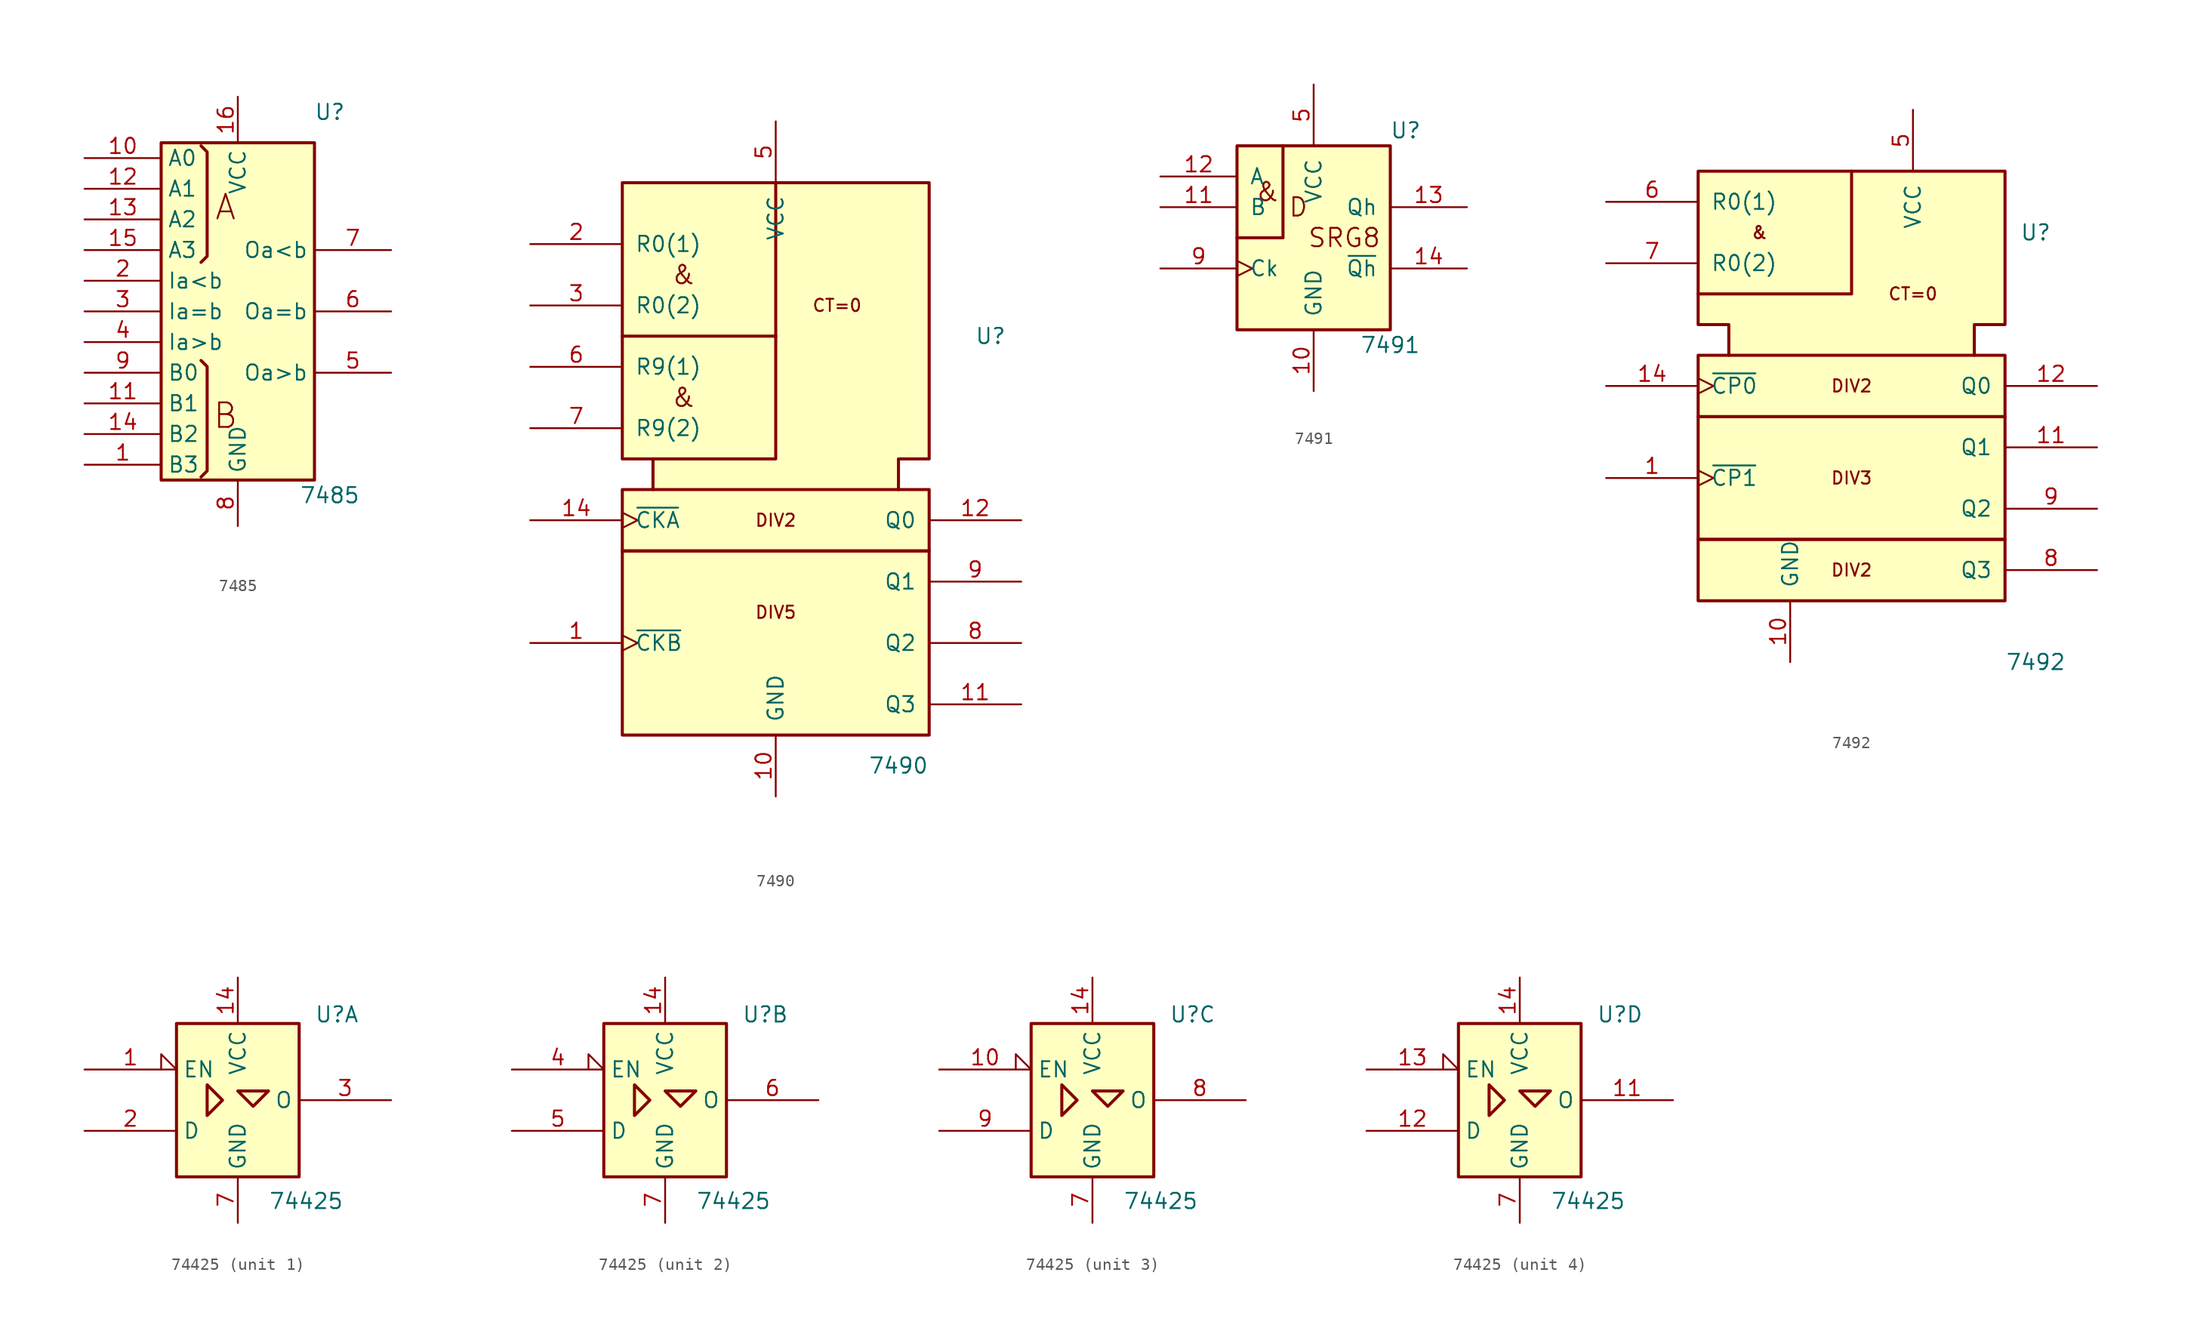
<source format=kicad_sym>
(kicad_symbol_lib
  (version 20241209)
  (generator "kicad_symbol_editor")
  (generator_version "9.0")
  (symbol "7485"
    (property "Reference" "U"
      (at 7.62 16.51 0)
      (effects (font (size 1.27 1.27))))
    (property "Value" "7485"
      (at 7.62 -15.24 0)
      (effects (font (size 1.27 1.27))))
    (symbol "7485_0_0"
      (rectangle (start -6.35 13.97) (end 6.35 -13.97) (stroke (width 0.254) (type default)) (fill (type background)))
      (polyline (pts (xy -3.048 13.716) (xy -2.54 13.208) (xy -2.54 4.572) (xy -3.048 4.064) (xy -3.048 4.064)) (stroke (width 0.254) (type default)) (fill (type background)))
      (polyline (pts (xy -3.048 -13.716) (xy -2.54 -13.208) (xy -2.54 -4.572) (xy -3.048 -4.064) (xy -3.048 -4.064)) (stroke (width 0.254) (type default)) (fill (type background)))
      (text "A" (at -1.016 8.636 0) (effects (font (size 2.032 2.032))))
      (text "B" (at -1.016 -8.636 0) (effects (font (size 2.032 2.032))))
      (pin power_in line (at 0 17.78 270) (length 3.81) (name "VCC" (effects (font (size 1.27 1.27)))) (number "16" (effects (font (size 1.27 1.27)))))
      (pin power_in line (at 0 -17.78 90) (length 3.81) (name "GND" (effects (font (size 1.27 1.27)))) (number "8" (effects (font (size 1.27 1.27))))))
    (symbol "7485_1_1"
      (pin input line (at -12.7 12.7 0) (length 6.35) (name "A0" (effects (font (size 1.27 1.27)))) (number "10" (effects (font (size 1.27 1.27)))))
      (pin input line (at -12.7 10.16 0) (length 6.35) (name "A1" (effects (font (size 1.27 1.27)))) (number "12" (effects (font (size 1.27 1.27)))))
      (pin input line (at -12.7 7.62 0) (length 6.35) (name "A2" (effects (font (size 1.27 1.27)))) (number "13" (effects (font (size 1.27 1.27)))))
      (pin input line (at -12.7 5.08 0) (length 6.35) (name "A3" (effects (font (size 1.27 1.27)))) (number "15" (effects (font (size 1.27 1.27)))))
      (pin input line (at -12.7 2.54 0) (length 6.35) (name "Ia<b" (effects (font (size 1.27 1.27)))) (number "2" (effects (font (size 1.27 1.27)))))
      (pin input line (at -12.7 0 0) (length 6.35) (name "Ia=b" (effects (font (size 1.27 1.27)))) (number "3" (effects (font (size 1.27 1.27)))))
      (pin input line (at -12.7 -2.54 0) (length 6.35) (name "Ia>b" (effects (font (size 1.27 1.27)))) (number "4" (effects (font (size 1.27 1.27)))))
      (pin input line (at -12.7 -5.08 0) (length 6.35) (name "B0" (effects (font (size 1.27 1.27)))) (number "9" (effects (font (size 1.27 1.27)))))
      (pin input line (at -12.7 -7.62 0) (length 6.35) (name "B1" (effects (font (size 1.27 1.27)))) (number "11" (effects (font (size 1.27 1.27)))))
      (pin input line (at -12.7 -10.16 0) (length 6.35) (name "B2" (effects (font (size 1.27 1.27)))) (number "14" (effects (font (size 1.27 1.27)))))
      (pin input line (at -12.7 -12.7 0) (length 6.35) (name "B3" (effects (font (size 1.27 1.27)))) (number "1" (effects (font (size 1.27 1.27)))))
      (pin output line (at 12.7 5.08 180) (length 6.35) (name "Oa<b" (effects (font (size 1.27 1.27)))) (number "7" (effects (font (size 1.27 1.27)))))
      (pin output line (at 12.7 0 180) (length 6.35) (name "Oa=b" (effects (font (size 1.27 1.27)))) (number "6" (effects (font (size 1.27 1.27)))))
      (pin output line (at 12.7 -5.08 180) (length 6.35) (name "Oa>b" (effects (font (size 1.27 1.27)))) (number "5" (effects (font (size 1.27 1.27)))))))
  (symbol "7490"
    (pin_names
      (offset 1.016))
    (property "Reference" "U"
      (at 17.78 30.48 0)
      (effects (font (size 1.27 1.27))))
    (property "Value" "7490"
      (at 10.16 -5.08 0)
      (effects (font (size 1.27 1.27))))
    (symbol "7490_0_0"
      (rectangle (start -12.7 17.78) (end 12.7 12.7) (stroke (width 0.254) (type default)) (fill (type background)))
      (rectangle (start -12.7 12.7) (end 12.7 -2.54) (stroke (width 0.254) (type default)) (fill (type background)))
      (polyline (pts (xy -10.16 17.78) (xy -10.16 20.32) (xy -12.7 20.32) (xy -12.7 43.18) (xy 12.7 43.18) (xy 12.7 20.32) (xy 10.16 20.32) (xy 10.16 17.78) (xy 10.16 17.78)) (stroke (width 0.254) (type default)) (fill (type background)))
      (polyline (pts (xy 0 43.18) (xy 0 30.48) (xy 0 30.48)) (stroke (width 0.254) (type default)) (fill (type background)))
      (polyline (pts (xy 0 30.48) (xy -12.7 30.48) (xy -12.7 30.48)) (stroke (width 0.254) (type default)) (fill (type background)))
      (polyline (pts (xy 0 30.48) (xy 0 20.32) (xy -10.16 20.32) (xy -10.16 20.32)) (stroke (width 0.254) (type default)) (fill (type background)))
      (text "&" (at -7.62 35.56 0) (effects (font (size 1.524 1.524))))
      (text "&" (at -7.62 25.4 0) (effects (font (size 1.524 1.524))))
      (text "DIV2" (at 0 15.24 0) (effects (font (size 1.016 1.016))))
      (text "DIV5" (at 0 7.62 0) (effects (font (size 1.016 1.016))))
      (text "CT=0" (at 5.08 33.02 0) (effects (font (size 1.016 1.016))))
      (pin power_in line (at 0 48.26 270) (length 5.08) (name "VCC" (effects (font (size 1.27 1.27)))) (number "5" (effects (font (size 1.27 1.27)))))
      (pin power_in line (at 0 -7.62 90) (length 5.08) (name "GND" (effects (font (size 1.27 1.27)))) (number "10" (effects (font (size 1.27 1.27))))))
    (symbol "7490_1_1"
      (pin input line (at -20.32 38.1 0) (length 7.62) (name "R0(1)" (effects (font (size 1.27 1.27)))) (number "2" (effects (font (size 1.27 1.27)))))
      (pin input line (at -20.32 33.02 0) (length 7.62) (name "R0(2)" (effects (font (size 1.27 1.27)))) (number "3" (effects (font (size 1.27 1.27)))))
      (pin input line (at -20.32 27.94 0) (length 7.62) (name "R9(1)" (effects (font (size 1.27 1.27)))) (number "6" (effects (font (size 1.27 1.27)))))
      (pin input line (at -20.32 22.86 0) (length 7.62) (name "R9(2)" (effects (font (size 1.27 1.27)))) (number "7" (effects (font (size 1.27 1.27)))))
      (pin input clock (at -20.32 15.24 0) (length 7.62) (name "~{CKA}" (effects (font (size 1.27 1.27)))) (number "14" (effects (font (size 1.27 1.27)))))
      (pin input clock (at -20.32 5.08 0) (length 7.62) (name "~{CKB}" (effects (font (size 1.27 1.27)))) (number "1" (effects (font (size 1.27 1.27)))))
      (pin output line (at 20.32 15.24 180) (length 7.62) (name "Q0" (effects (font (size 1.27 1.27)))) (number "12" (effects (font (size 1.27 1.27)))))
      (pin output line (at 20.32 10.16 180) (length 7.62) (name "Q1" (effects (font (size 1.27 1.27)))) (number "9" (effects (font (size 1.27 1.27)))))
      (pin output line (at 20.32 5.08 180) (length 7.62) (name "Q2" (effects (font (size 1.27 1.27)))) (number "8" (effects (font (size 1.27 1.27)))))
      (pin output line (at 20.32 0 180) (length 7.62) (name "Q3" (effects (font (size 1.27 1.27)))) (number "11" (effects (font (size 1.27 1.27)))))))
  (symbol "7491"
    (pin_names
      (offset 1.016))
    (property "Reference" "U"
      (at 7.62 8.89 0)
      (effects (font (size 1.27 1.27))))
    (property "Value" "7491"
      (at 6.35 -8.89 0)
      (effects (font (size 1.27 1.27))))
    (symbol "7491_0_0"
      (text "&" (at -3.81 3.81 0) (effects (font (size 1.524 1.524))))
      (text "D" (at -1.27 2.54 0) (effects (font (size 1.524 1.524))))
      (text "SRG8" (at 2.54 0 0) (effects (font (size 1.524 1.524))))
      (pin power_in line (at 0 12.7 270) (length 5.08) (name "VCC" (effects (font (size 1.27 1.27)))) (number "5" (effects (font (size 1.27 1.27)))))
      (pin power_in line (at 0 -12.7 90) (length 5.08) (name "GND" (effects (font (size 1.27 1.27)))) (number "10" (effects (font (size 1.27 1.27))))))
    (symbol "7491_0_1"
      (rectangle (start -6.35 7.62) (end 6.35 -7.62) (stroke (width 0.254) (type default)) (fill (type background)))
      (polyline (pts (xy -2.54 7.62) (xy -2.54 0) (xy -6.35 0) (xy -6.35 0)) (stroke (width 0.254) (type default)) (fill (type background))))
    (symbol "7491_1_1"
      (pin input line (at -12.7 5.08 0) (length 6.35) (name "A" (effects (font (size 1.27 1.27)))) (number "12" (effects (font (size 1.27 1.27)))))
      (pin input line (at -12.7 2.54 0) (length 6.35) (name "B" (effects (font (size 1.27 1.27)))) (number "11" (effects (font (size 1.27 1.27)))))
      (pin input clock (at -12.7 -2.54 0) (length 6.35) (name "Ck" (effects (font (size 1.27 1.27)))) (number "9" (effects (font (size 1.27 1.27)))))
      (pin output line (at 12.7 2.54 180) (length 6.35) (name "Qh" (effects (font (size 1.27 1.27)))) (number "13" (effects (font (size 1.27 1.27)))))
      (pin output line (at 12.7 -2.54 180) (length 6.35) (name "~{Qh}" (effects (font (size 1.27 1.27)))) (number "14" (effects (font (size 1.27 1.27)))))))
  (symbol "7492"
    (pin_names
      (offset 1.016))
    (property "Reference" "U"
      (at 15.24 12.7 0)
      (effects (font (size 1.27 1.27))))
    (property "Value" "7492"
      (at 15.24 -22.86 0)
      (effects (font (size 1.27 1.27))))
    (symbol "7492_0_0"
      (rectangle (start -12.7 2.54) (end 12.7 -2.54) (stroke (width 0.254) (type default)) (fill (type background)))
      (rectangle (start -12.7 -2.54) (end 12.7 -12.7) (stroke (width 0.254) (type default)) (fill (type background)))
      (rectangle (start -12.7 -12.7) (end 12.7 -17.78) (stroke (width 0.254) (type default)) (fill (type background)))
      (polyline (pts (xy -10.16 2.54) (xy -10.16 5.08) (xy -12.7 5.08) (xy -12.7 17.78) (xy 12.7 17.78) (xy 12.7 5.08) (xy 10.16 5.08) (xy 10.16 2.54) (xy 10.16 2.54)) (stroke (width 0.254) (type default)) (fill (type background)))
      (polyline (pts (xy 0 17.78) (xy 0 7.62) (xy -12.7 7.62) (xy -12.7 7.62)) (stroke (width 0.254) (type default)) (fill (type background)))
      (text "&" (at -7.62 12.7 0) (effects (font (size 1.016 1.016))))
      (text "DIV2" (at 0 0 0) (effects (font (size 1.016 1.016))))
      (text "DIV3" (at 0 -7.62 0) (effects (font (size 1.016 1.016))))
      (text "DIV2" (at 0 -15.24 0) (effects (font (size 1.016 1.016))))
      (text "CT=0" (at 5.08 7.62 0) (effects (font (size 1.016 1.016))))
      (pin power_in line (at -5.08 -22.86 90) (length 5.08) (name "GND" (effects (font (size 1.27 1.27)))) (number "10" (effects (font (size 1.27 1.27)))))
      (pin power_in line (at 5.08 22.86 270) (length 5.08) (name "VCC" (effects (font (size 1.27 1.27)))) (number "5" (effects (font (size 1.27 1.27))))))
    (symbol "7492_1_1"
      (pin input line (at -20.32 15.24 0) (length 7.62) (name "R0(1)" (effects (font (size 1.27 1.27)))) (number "6" (effects (font (size 1.27 1.27)))))
      (pin input line (at -20.32 10.16 0) (length 7.62) (name "R0(2)" (effects (font (size 1.27 1.27)))) (number "7" (effects (font (size 1.27 1.27)))))
      (pin input clock (at -20.32 0 0) (length 7.62) (name "~{CP0}" (effects (font (size 1.27 1.27)))) (number "14" (effects (font (size 1.27 1.27)))))
      (pin input clock (at -20.32 -7.62 0) (length 7.62) (name "~{CP1}" (effects (font (size 1.27 1.27)))) (number "1" (effects (font (size 1.27 1.27)))))
      (pin output line (at 20.32 0 180) (length 7.62) (name "Q0" (effects (font (size 1.27 1.27)))) (number "12" (effects (font (size 1.27 1.27)))))
      (pin output line (at 20.32 -5.08 180) (length 7.62) (name "Q1" (effects (font (size 1.27 1.27)))) (number "11" (effects (font (size 1.27 1.27)))))
      (pin output line (at 20.32 -10.16 180) (length 7.62) (name "Q2" (effects (font (size 1.27 1.27)))) (number "9" (effects (font (size 1.27 1.27)))))
      (pin output line (at 20.32 -15.24 180) (length 7.62) (name "Q3" (effects (font (size 1.27 1.27)))) (number "8" (effects (font (size 1.27 1.27)))))))
  (symbol "74425"
    (property "Reference" "U"
      (at 6.35 6.35 0)
      (effects (font (size 1.27 1.27)) (justify left bottom)))
    (property "Value" "74425"
      (at 2.54 -7.62 0)
      (effects (font (size 1.27 1.27)) (justify left top)))
    (symbol "74425_0_1"
      (rectangle (start -5.08 6.35) (end 5.08 -6.35) (stroke (width 0.254) (type default)) (fill (type background)))
      (polyline (pts (xy -2.54 1.27) (xy -2.54 -1.27) (xy -1.27 0) (xy -2.54 1.27) (xy -2.54 1.27)) (stroke (width 0.254) (type default)) (fill (type background)))
      (polyline (pts (xy 0 0.762) (xy 2.54 0.762) (xy 1.27 -0.508) (xy 0 0.762) (xy 0 0.762)) (stroke (width 0.254) (type default)) (fill (type background)))
      (pin power_in line (at 0 10.16 270) (length 3.81) (name "VCC" (effects (font (size 1.27 1.27)))) (number "14" (effects (font (size 1.27 1.27)))))
      (pin power_in line (at 0 -10.16 90) (length 3.81) (name "GND" (effects (font (size 1.27 1.27)))) (number "7" (effects (font (size 1.27 1.27))))))
    (symbol "74425_1_0"
      (pin input input_low (at -12.7 2.54 0) (length 7.62) (name "EN" (effects (font (size 1.27 1.27)))) (number "1" (effects (font (size 1.27 1.27))))))
    (symbol "74425_1_1"
      (pin input line (at -12.7 -2.54 0) (length 7.62) (name "D" (effects (font (size 1.27 1.27)))) (number "2" (effects (font (size 1.27 1.27)))))
      (pin tri_state line (at 12.7 0 180) (length 7.62) (name "O" (effects (font (size 1.27 1.27)))) (number "3" (effects (font (size 1.27 1.27))))))
    (symbol "74425_2_0"
      (pin input input_low (at -12.7 2.54 0) (length 7.62) (name "EN" (effects (font (size 1.27 1.27)))) (number "4" (effects (font (size 1.27 1.27))))))
    (symbol "74425_2_1"
      (pin input line (at -12.7 -2.54 0) (length 7.62) (name "D" (effects (font (size 1.27 1.27)))) (number "5" (effects (font (size 1.27 1.27)))))
      (pin tri_state line (at 12.7 0 180) (length 7.62) (name "O" (effects (font (size 1.27 1.27)))) (number "6" (effects (font (size 1.27 1.27))))))
    (symbol "74425_3_0"
      (pin input input_low (at -12.7 2.54 0) (length 7.62) (name "EN" (effects (font (size 1.27 1.27)))) (number "10" (effects (font (size 1.27 1.27))))))
    (symbol "74425_3_1"
      (pin input line (at -12.7 -2.54 0) (length 7.62) (name "D" (effects (font (size 1.27 1.27)))) (number "9" (effects (font (size 1.27 1.27)))))
      (pin tri_state line (at 12.7 0 180) (length 7.62) (name "O" (effects (font (size 1.27 1.27)))) (number "8" (effects (font (size 1.27 1.27))))))
    (symbol "74425_4_0"
      (pin input input_low (at -12.7 2.54 0) (length 7.62) (name "EN" (effects (font (size 1.27 1.27)))) (number "13" (effects (font (size 1.27 1.27))))))
    (symbol "74425_4_1"
      (pin input line (at -12.7 -2.54 0) (length 7.62) (name "D" (effects (font (size 1.27 1.27)))) (number "12" (effects (font (size 1.27 1.27)))))
      (pin tri_state line (at 12.7 0 180) (length 7.62) (name "O" (effects (font (size 1.27 1.27)))) (number "11" (effects (font (size 1.27 1.27))))))))
</source>
